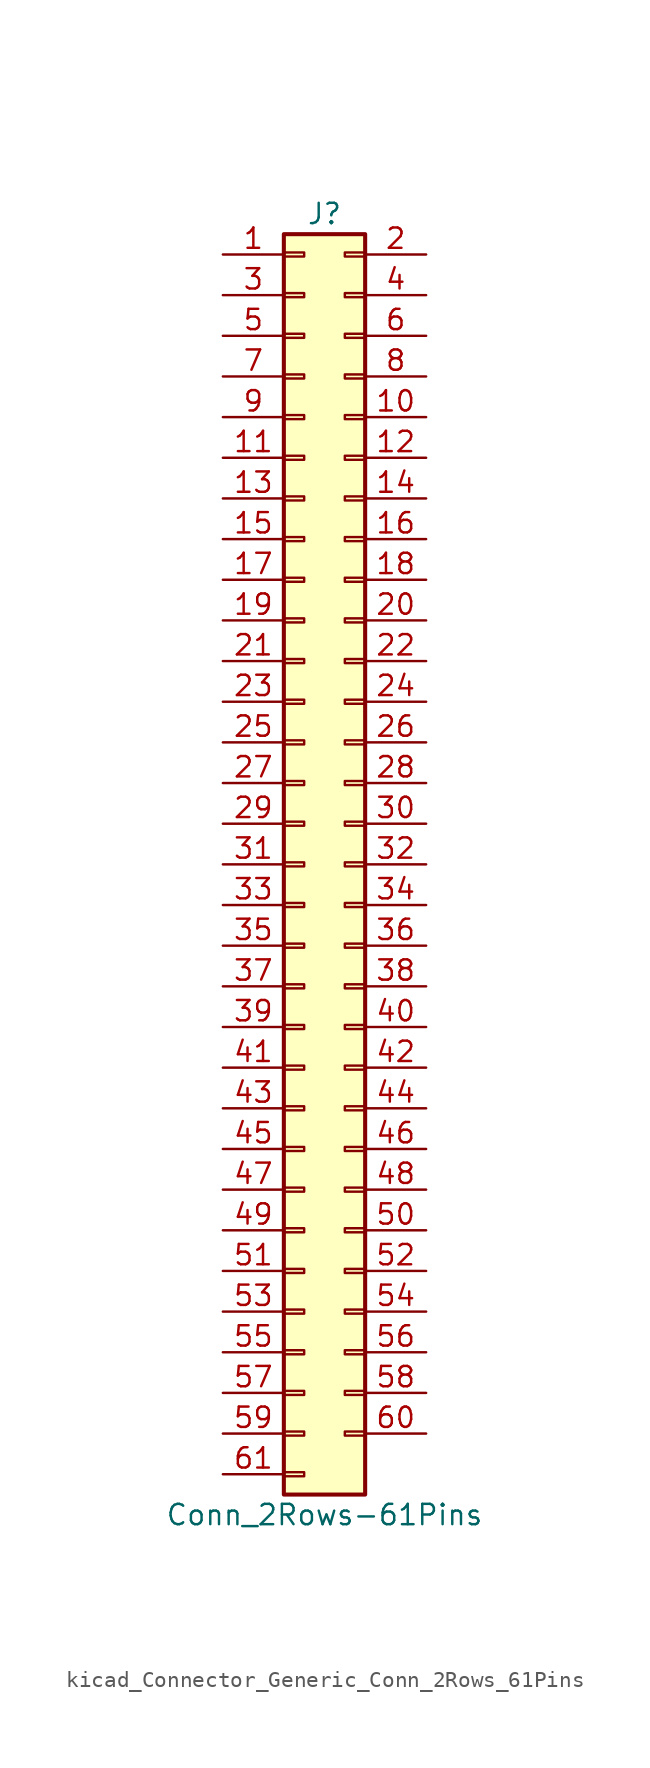
<source format=kicad_sym>
(kicad_symbol_lib
  (version 20220914)
  (generator kicad_symbol_editor)
  (symbol "kicad_Connector_Generic_Conn_2Rows_61Pins"
    (pin_names
      (offset 1.016) hide)
    (property "Reference" "J"
      (at 1.27 40.64 0)
      (effects (font (size 1.27 1.27))))
    (property "Value" "Conn_2Rows-61Pins"
      (at 1.27 -40.64 0)
      (effects (font (size 1.27 1.27))))
    (symbol "kicad_Connector_Generic_Conn_2Rows_61Pins_1_1"
      (rectangle (start -1.27 -37.973) (end 0 -38.227) (stroke (width 0.152) (type default)) (fill (type none)))
      (rectangle (start -1.27 -35.433) (end 0 -35.687) (stroke (width 0.152) (type default)) (fill (type none)))
      (rectangle (start -1.27 -32.893) (end 0 -33.147) (stroke (width 0.152) (type default)) (fill (type none)))
      (rectangle (start -1.27 -30.353) (end 0 -30.607) (stroke (width 0.152) (type default)) (fill (type none)))
      (rectangle (start -1.27 -27.813) (end 0 -28.067) (stroke (width 0.152) (type default)) (fill (type none)))
      (rectangle (start -1.27 -25.273) (end 0 -25.527) (stroke (width 0.152) (type default)) (fill (type none)))
      (rectangle (start -1.27 -22.733) (end 0 -22.987) (stroke (width 0.152) (type default)) (fill (type none)))
      (rectangle (start -1.27 -20.193) (end 0 -20.447) (stroke (width 0.152) (type default)) (fill (type none)))
      (rectangle (start -1.27 -17.653) (end 0 -17.907) (stroke (width 0.152) (type default)) (fill (type none)))
      (rectangle (start -1.27 -15.113) (end 0 -15.367) (stroke (width 0.152) (type default)) (fill (type none)))
      (rectangle (start -1.27 -12.573) (end 0 -12.827) (stroke (width 0.152) (type default)) (fill (type none)))
      (rectangle (start -1.27 -10.033) (end 0 -10.287) (stroke (width 0.152) (type default)) (fill (type none)))
      (rectangle (start -1.27 -7.493) (end 0 -7.747) (stroke (width 0.152) (type default)) (fill (type none)))
      (rectangle (start -1.27 -4.953) (end 0 -5.207) (stroke (width 0.152) (type default)) (fill (type none)))
      (rectangle (start -1.27 -2.413) (end 0 -2.667) (stroke (width 0.152) (type default)) (fill (type none)))
      (rectangle (start -1.27 0.127) (end 0 -0.127) (stroke (width 0.152) (type default)) (fill (type none)))
      (rectangle (start -1.27 2.667) (end 0 2.413) (stroke (width 0.152) (type default)) (fill (type none)))
      (rectangle (start -1.27 5.207) (end 0 4.953) (stroke (width 0.152) (type default)) (fill (type none)))
      (rectangle (start -1.27 7.747) (end 0 7.493) (stroke (width 0.152) (type default)) (fill (type none)))
      (rectangle (start -1.27 10.287) (end 0 10.033) (stroke (width 0.152) (type default)) (fill (type none)))
      (rectangle (start -1.27 12.827) (end 0 12.573) (stroke (width 0.152) (type default)) (fill (type none)))
      (rectangle (start -1.27 15.367) (end 0 15.113) (stroke (width 0.152) (type default)) (fill (type none)))
      (rectangle (start -1.27 17.907) (end 0 17.653) (stroke (width 0.152) (type default)) (fill (type none)))
      (rectangle (start -1.27 20.447) (end 0 20.193) (stroke (width 0.152) (type default)) (fill (type none)))
      (rectangle (start -1.27 22.987) (end 0 22.733) (stroke (width 0.152) (type default)) (fill (type none)))
      (rectangle (start -1.27 25.527) (end 0 25.273) (stroke (width 0.152) (type default)) (fill (type none)))
      (rectangle (start -1.27 28.067) (end 0 27.813) (stroke (width 0.152) (type default)) (fill (type none)))
      (rectangle (start -1.27 30.607) (end 0 30.353) (stroke (width 0.152) (type default)) (fill (type none)))
      (rectangle (start -1.27 33.147) (end 0 32.893) (stroke (width 0.152) (type default)) (fill (type none)))
      (rectangle (start -1.27 35.687) (end 0 35.433) (stroke (width 0.152) (type default)) (fill (type none)))
      (rectangle (start -1.27 38.227) (end 0 37.973) (stroke (width 0.152) (type default)) (fill (type none)))
      (rectangle (start -1.27 39.37) (end 3.81 -39.37) (stroke (width 0.254) (type default)) (fill (type background)))
      (rectangle (start 3.81 -35.433) (end 2.54 -35.687) (stroke (width 0.152) (type default)) (fill (type none)))
      (rectangle (start 3.81 -32.893) (end 2.54 -33.147) (stroke (width 0.152) (type default)) (fill (type none)))
      (rectangle (start 3.81 -30.353) (end 2.54 -30.607) (stroke (width 0.152) (type default)) (fill (type none)))
      (rectangle (start 3.81 -27.813) (end 2.54 -28.067) (stroke (width 0.152) (type default)) (fill (type none)))
      (rectangle (start 3.81 -25.273) (end 2.54 -25.527) (stroke (width 0.152) (type default)) (fill (type none)))
      (rectangle (start 3.81 -22.733) (end 2.54 -22.987) (stroke (width 0.152) (type default)) (fill (type none)))
      (rectangle (start 3.81 -20.193) (end 2.54 -20.447) (stroke (width 0.152) (type default)) (fill (type none)))
      (rectangle (start 3.81 -17.653) (end 2.54 -17.907) (stroke (width 0.152) (type default)) (fill (type none)))
      (rectangle (start 3.81 -15.113) (end 2.54 -15.367) (stroke (width 0.152) (type default)) (fill (type none)))
      (rectangle (start 3.81 -12.573) (end 2.54 -12.827) (stroke (width 0.152) (type default)) (fill (type none)))
      (rectangle (start 3.81 -10.033) (end 2.54 -10.287) (stroke (width 0.152) (type default)) (fill (type none)))
      (rectangle (start 3.81 -7.493) (end 2.54 -7.747) (stroke (width 0.152) (type default)) (fill (type none)))
      (rectangle (start 3.81 -4.953) (end 2.54 -5.207) (stroke (width 0.152) (type default)) (fill (type none)))
      (rectangle (start 3.81 -2.413) (end 2.54 -2.667) (stroke (width 0.152) (type default)) (fill (type none)))
      (rectangle (start 3.81 0.127) (end 2.54 -0.127) (stroke (width 0.152) (type default)) (fill (type none)))
      (rectangle (start 3.81 2.667) (end 2.54 2.413) (stroke (width 0.152) (type default)) (fill (type none)))
      (rectangle (start 3.81 5.207) (end 2.54 4.953) (stroke (width 0.152) (type default)) (fill (type none)))
      (rectangle (start 3.81 7.747) (end 2.54 7.493) (stroke (width 0.152) (type default)) (fill (type none)))
      (rectangle (start 3.81 10.287) (end 2.54 10.033) (stroke (width 0.152) (type default)) (fill (type none)))
      (rectangle (start 3.81 12.827) (end 2.54 12.573) (stroke (width 0.152) (type default)) (fill (type none)))
      (rectangle (start 3.81 15.367) (end 2.54 15.113) (stroke (width 0.152) (type default)) (fill (type none)))
      (rectangle (start 3.81 17.907) (end 2.54 17.653) (stroke (width 0.152) (type default)) (fill (type none)))
      (rectangle (start 3.81 20.447) (end 2.54 20.193) (stroke (width 0.152) (type default)) (fill (type none)))
      (rectangle (start 3.81 22.987) (end 2.54 22.733) (stroke (width 0.152) (type default)) (fill (type none)))
      (rectangle (start 3.81 25.527) (end 2.54 25.273) (stroke (width 0.152) (type default)) (fill (type none)))
      (rectangle (start 3.81 28.067) (end 2.54 27.813) (stroke (width 0.152) (type default)) (fill (type none)))
      (rectangle (start 3.81 30.607) (end 2.54 30.353) (stroke (width 0.152) (type default)) (fill (type none)))
      (rectangle (start 3.81 33.147) (end 2.54 32.893) (stroke (width 0.152) (type default)) (fill (type none)))
      (rectangle (start 3.81 35.687) (end 2.54 35.433) (stroke (width 0.152) (type default)) (fill (type none)))
      (rectangle (start 3.81 38.227) (end 2.54 37.973) (stroke (width 0.152) (type default)) (fill (type none)))
      (pin passive line (at -5.08 38.1 0) (length 3.81) (name "Pin_1" (effects (font (size 1.27 1.27)))) (number "1" (effects (font (size 1.27 1.27)))))
      (pin passive line (at 7.62 27.94 180) (length 3.81) (name "Pin_10" (effects (font (size 1.27 1.27)))) (number "10" (effects (font (size 1.27 1.27)))))
      (pin passive line (at -5.08 25.4 0) (length 3.81) (name "Pin_11" (effects (font (size 1.27 1.27)))) (number "11" (effects (font (size 1.27 1.27)))))
      (pin passive line (at 7.62 25.4 180) (length 3.81) (name "Pin_12" (effects (font (size 1.27 1.27)))) (number "12" (effects (font (size 1.27 1.27)))))
      (pin passive line (at -5.08 22.86 0) (length 3.81) (name "Pin_13" (effects (font (size 1.27 1.27)))) (number "13" (effects (font (size 1.27 1.27)))))
      (pin passive line (at 7.62 22.86 180) (length 3.81) (name "Pin_14" (effects (font (size 1.27 1.27)))) (number "14" (effects (font (size 1.27 1.27)))))
      (pin passive line (at -5.08 20.32 0) (length 3.81) (name "Pin_15" (effects (font (size 1.27 1.27)))) (number "15" (effects (font (size 1.27 1.27)))))
      (pin passive line (at 7.62 20.32 180) (length 3.81) (name "Pin_16" (effects (font (size 1.27 1.27)))) (number "16" (effects (font (size 1.27 1.27)))))
      (pin passive line (at -5.08 17.78 0) (length 3.81) (name "Pin_17" (effects (font (size 1.27 1.27)))) (number "17" (effects (font (size 1.27 1.27)))))
      (pin passive line (at 7.62 17.78 180) (length 3.81) (name "Pin_18" (effects (font (size 1.27 1.27)))) (number "18" (effects (font (size 1.27 1.27)))))
      (pin passive line (at -5.08 15.24 0) (length 3.81) (name "Pin_19" (effects (font (size 1.27 1.27)))) (number "19" (effects (font (size 1.27 1.27)))))
      (pin passive line (at 7.62 38.1 180) (length 3.81) (name "Pin_2" (effects (font (size 1.27 1.27)))) (number "2" (effects (font (size 1.27 1.27)))))
      (pin passive line (at 7.62 15.24 180) (length 3.81) (name "Pin_20" (effects (font (size 1.27 1.27)))) (number "20" (effects (font (size 1.27 1.27)))))
      (pin passive line (at -5.08 12.7 0) (length 3.81) (name "Pin_21" (effects (font (size 1.27 1.27)))) (number "21" (effects (font (size 1.27 1.27)))))
      (pin passive line (at 7.62 12.7 180) (length 3.81) (name "Pin_22" (effects (font (size 1.27 1.27)))) (number "22" (effects (font (size 1.27 1.27)))))
      (pin passive line (at -5.08 10.16 0) (length 3.81) (name "Pin_23" (effects (font (size 1.27 1.27)))) (number "23" (effects (font (size 1.27 1.27)))))
      (pin passive line (at 7.62 10.16 180) (length 3.81) (name "Pin_24" (effects (font (size 1.27 1.27)))) (number "24" (effects (font (size 1.27 1.27)))))
      (pin passive line (at -5.08 7.62 0) (length 3.81) (name "Pin_25" (effects (font (size 1.27 1.27)))) (number "25" (effects (font (size 1.27 1.27)))))
      (pin passive line (at 7.62 7.62 180) (length 3.81) (name "Pin_26" (effects (font (size 1.27 1.27)))) (number "26" (effects (font (size 1.27 1.27)))))
      (pin passive line (at -5.08 5.08 0) (length 3.81) (name "Pin_27" (effects (font (size 1.27 1.27)))) (number "27" (effects (font (size 1.27 1.27)))))
      (pin passive line (at 7.62 5.08 180) (length 3.81) (name "Pin_28" (effects (font (size 1.27 1.27)))) (number "28" (effects (font (size 1.27 1.27)))))
      (pin passive line (at -5.08 2.54 0) (length 3.81) (name "Pin_29" (effects (font (size 1.27 1.27)))) (number "29" (effects (font (size 1.27 1.27)))))
      (pin passive line (at -5.08 35.56 0) (length 3.81) (name "Pin_3" (effects (font (size 1.27 1.27)))) (number "3" (effects (font (size 1.27 1.27)))))
      (pin passive line (at 7.62 2.54 180) (length 3.81) (name "Pin_30" (effects (font (size 1.27 1.27)))) (number "30" (effects (font (size 1.27 1.27)))))
      (pin passive line (at -5.08 0 0) (length 3.81) (name "Pin_31" (effects (font (size 1.27 1.27)))) (number "31" (effects (font (size 1.27 1.27)))))
      (pin passive line (at 7.62 0 180) (length 3.81) (name "Pin_32" (effects (font (size 1.27 1.27)))) (number "32" (effects (font (size 1.27 1.27)))))
      (pin passive line (at -5.08 -2.54 0) (length 3.81) (name "Pin_33" (effects (font (size 1.27 1.27)))) (number "33" (effects (font (size 1.27 1.27)))))
      (pin passive line (at 7.62 -2.54 180) (length 3.81) (name "Pin_34" (effects (font (size 1.27 1.27)))) (number "34" (effects (font (size 1.27 1.27)))))
      (pin passive line (at -5.08 -5.08 0) (length 3.81) (name "Pin_35" (effects (font (size 1.27 1.27)))) (number "35" (effects (font (size 1.27 1.27)))))
      (pin passive line (at 7.62 -5.08 180) (length 3.81) (name "Pin_36" (effects (font (size 1.27 1.27)))) (number "36" (effects (font (size 1.27 1.27)))))
      (pin passive line (at -5.08 -7.62 0) (length 3.81) (name "Pin_37" (effects (font (size 1.27 1.27)))) (number "37" (effects (font (size 1.27 1.27)))))
      (pin passive line (at 7.62 -7.62 180) (length 3.81) (name "Pin_38" (effects (font (size 1.27 1.27)))) (number "38" (effects (font (size 1.27 1.27)))))
      (pin passive line (at -5.08 -10.16 0) (length 3.81) (name "Pin_39" (effects (font (size 1.27 1.27)))) (number "39" (effects (font (size 1.27 1.27)))))
      (pin passive line (at 7.62 35.56 180) (length 3.81) (name "Pin_4" (effects (font (size 1.27 1.27)))) (number "4" (effects (font (size 1.27 1.27)))))
      (pin passive line (at 7.62 -10.16 180) (length 3.81) (name "Pin_40" (effects (font (size 1.27 1.27)))) (number "40" (effects (font (size 1.27 1.27)))))
      (pin passive line (at -5.08 -12.7 0) (length 3.81) (name "Pin_41" (effects (font (size 1.27 1.27)))) (number "41" (effects (font (size 1.27 1.27)))))
      (pin passive line (at 7.62 -12.7 180) (length 3.81) (name "Pin_42" (effects (font (size 1.27 1.27)))) (number "42" (effects (font (size 1.27 1.27)))))
      (pin passive line (at -5.08 -15.24 0) (length 3.81) (name "Pin_43" (effects (font (size 1.27 1.27)))) (number "43" (effects (font (size 1.27 1.27)))))
      (pin passive line (at 7.62 -15.24 180) (length 3.81) (name "Pin_44" (effects (font (size 1.27 1.27)))) (number "44" (effects (font (size 1.27 1.27)))))
      (pin passive line (at -5.08 -17.78 0) (length 3.81) (name "Pin_45" (effects (font (size 1.27 1.27)))) (number "45" (effects (font (size 1.27 1.27)))))
      (pin passive line (at 7.62 -17.78 180) (length 3.81) (name "Pin_46" (effects (font (size 1.27 1.27)))) (number "46" (effects (font (size 1.27 1.27)))))
      (pin passive line (at -5.08 -20.32 0) (length 3.81) (name "Pin_47" (effects (font (size 1.27 1.27)))) (number "47" (effects (font (size 1.27 1.27)))))
      (pin passive line (at 7.62 -20.32 180) (length 3.81) (name "Pin_48" (effects (font (size 1.27 1.27)))) (number "48" (effects (font (size 1.27 1.27)))))
      (pin passive line (at -5.08 -22.86 0) (length 3.81) (name "Pin_49" (effects (font (size 1.27 1.27)))) (number "49" (effects (font (size 1.27 1.27)))))
      (pin passive line (at -5.08 33.02 0) (length 3.81) (name "Pin_5" (effects (font (size 1.27 1.27)))) (number "5" (effects (font (size 1.27 1.27)))))
      (pin passive line (at 7.62 -22.86 180) (length 3.81) (name "Pin_50" (effects (font (size 1.27 1.27)))) (number "50" (effects (font (size 1.27 1.27)))))
      (pin passive line (at -5.08 -25.4 0) (length 3.81) (name "Pin_51" (effects (font (size 1.27 1.27)))) (number "51" (effects (font (size 1.27 1.27)))))
      (pin passive line (at 7.62 -25.4 180) (length 3.81) (name "Pin_52" (effects (font (size 1.27 1.27)))) (number "52" (effects (font (size 1.27 1.27)))))
      (pin passive line (at -5.08 -27.94 0) (length 3.81) (name "Pin_53" (effects (font (size 1.27 1.27)))) (number "53" (effects (font (size 1.27 1.27)))))
      (pin passive line (at 7.62 -27.94 180) (length 3.81) (name "Pin_54" (effects (font (size 1.27 1.27)))) (number "54" (effects (font (size 1.27 1.27)))))
      (pin passive line (at -5.08 -30.48 0) (length 3.81) (name "Pin_55" (effects (font (size 1.27 1.27)))) (number "55" (effects (font (size 1.27 1.27)))))
      (pin passive line (at 7.62 -30.48 180) (length 3.81) (name "Pin_56" (effects (font (size 1.27 1.27)))) (number "56" (effects (font (size 1.27 1.27)))))
      (pin passive line (at -5.08 -33.02 0) (length 3.81) (name "Pin_57" (effects (font (size 1.27 1.27)))) (number "57" (effects (font (size 1.27 1.27)))))
      (pin passive line (at 7.62 -33.02 180) (length 3.81) (name "Pin_58" (effects (font (size 1.27 1.27)))) (number "58" (effects (font (size 1.27 1.27)))))
      (pin passive line (at -5.08 -35.56 0) (length 3.81) (name "Pin_59" (effects (font (size 1.27 1.27)))) (number "59" (effects (font (size 1.27 1.27)))))
      (pin passive line (at 7.62 33.02 180) (length 3.81) (name "Pin_6" (effects (font (size 1.27 1.27)))) (number "6" (effects (font (size 1.27 1.27)))))
      (pin passive line (at 7.62 -35.56 180) (length 3.81) (name "Pin_60" (effects (font (size 1.27 1.27)))) (number "60" (effects (font (size 1.27 1.27)))))
      (pin passive line (at -5.08 -38.1 0) (length 3.81) (name "Pin_61" (effects (font (size 1.27 1.27)))) (number "61" (effects (font (size 1.27 1.27)))))
      (pin passive line (at -5.08 30.48 0) (length 3.81) (name "Pin_7" (effects (font (size 1.27 1.27)))) (number "7" (effects (font (size 1.27 1.27)))))
      (pin passive line (at 7.62 30.48 180) (length 3.81) (name "Pin_8" (effects (font (size 1.27 1.27)))) (number "8" (effects (font (size 1.27 1.27)))))
      (pin passive line (at -5.08 27.94 0) (length 3.81) (name "Pin_9" (effects (font (size 1.27 1.27)))) (number "9" (effects (font (size 1.27 1.27))))))))
</source>
